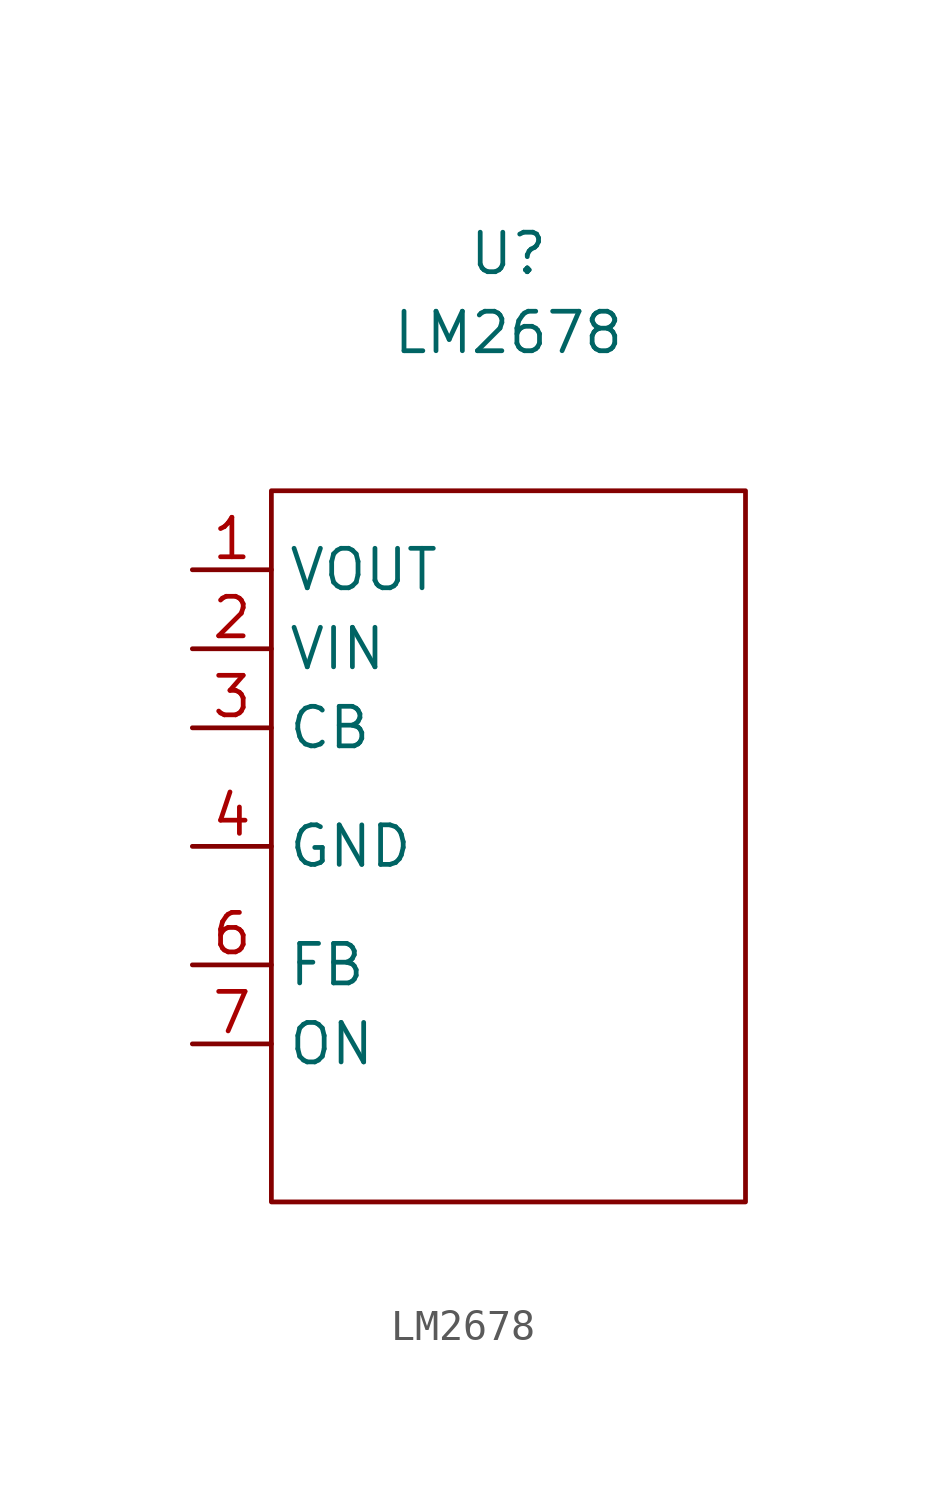
<source format=kicad_sym>
(kicad_symbol_lib
  (version 20211014)
  (generator kicad_symbol_editor)
  (symbol "LM2678"
    (property "Reference" "U"
      (at 0 19.05 0)
      (effects (font (size 1.27 1.27))))
    (property "Value" "LM2678"
      (at 0 16.51 0)
      (effects (font (size 1.27 1.27))))
    (symbol "LM2678_0_1"
      (rectangle (start -7.62 11.43) (end 7.62 -11.43) (stroke (width 0) (type default) (color 0 0 0 0)) (fill (type none))))
    (symbol "LM2678_1_1"
      (pin power_out line (at -10.16 8.89 0) (length 2.54) (name "VOUT" (effects (font (size 1.27 1.27)))) (number "1" (effects (font (size 1.27 1.27)))))
      (pin power_in line (at -10.16 6.35 0) (length 2.54) (name "VIN" (effects (font (size 1.27 1.27)))) (number "2" (effects (font (size 1.27 1.27)))))
      (pin input line (at -10.16 3.81 0) (length 2.54) (name "CB" (effects (font (size 1.27 1.27)))) (number "3" (effects (font (size 1.27 1.27)))))
      (pin power_out line (at -10.16 0 0) (length 2.54) (name "GND" (effects (font (size 1.27 1.27)))) (number "4" (effects (font (size 1.27 1.27)))))
      (pin input line (at -10.16 -3.81 0) (length 2.54) (name "FB" (effects (font (size 1.27 1.27)))) (number "6" (effects (font (size 1.27 1.27)))))
      (pin input line (at -10.16 -6.35 0) (length 2.54) (name "ON" (effects (font (size 1.27 1.27)))) (number "7" (effects (font (size 1.27 1.27))))))))
</source>
